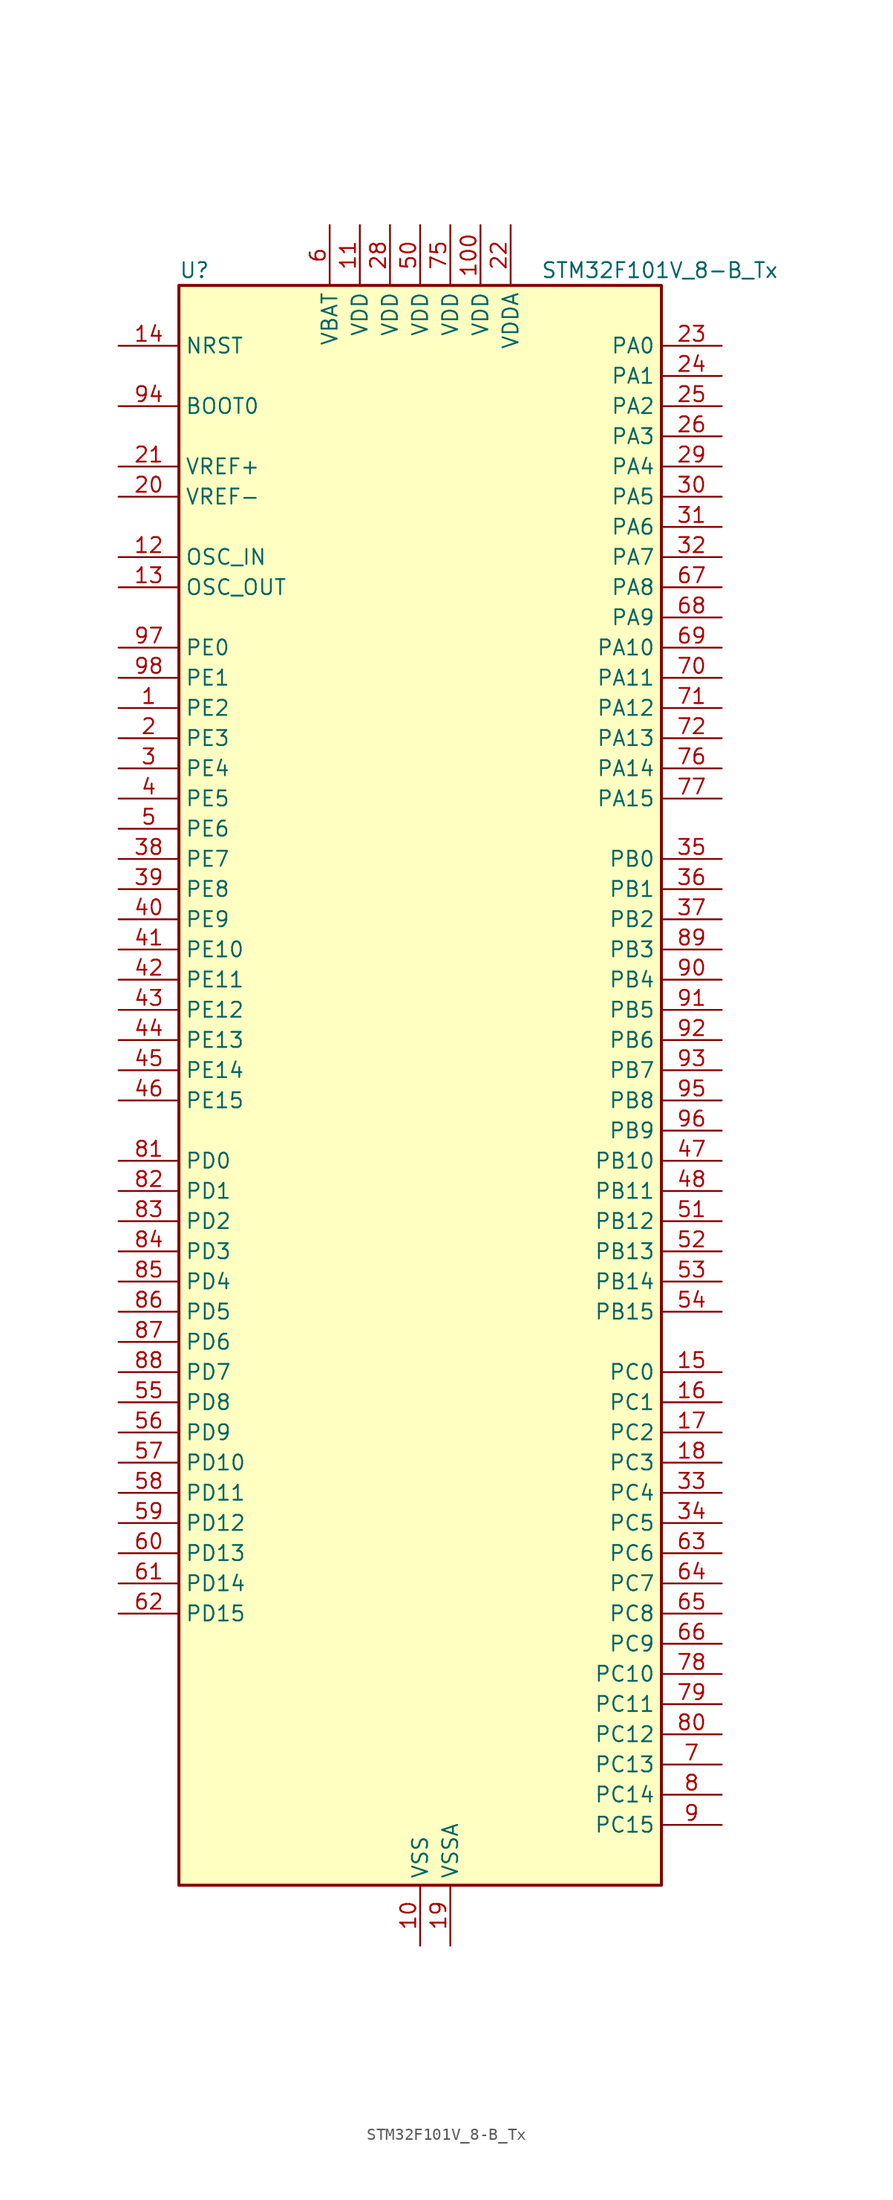
<source format=kicad_sym>
(kicad_symbol_lib
  (version 20241209)
  (generator "kicad_symbol_editor")
  (generator_version "9.0")
  (symbol "STM32F101V_8-B_Tx"
    (property "Reference" "U"
      (at -20.32 69.85 0)
      (effects (font (size 1.27 1.27)) (justify left)))
    (property "Value" "STM32F101V_8-B_Tx"
      (at 10.16 69.85 0)
      (effects (font (size 1.27 1.27)) (justify left)))
    (symbol "STM32F101V_8-B_Tx_0_1"
      (rectangle (start -20.32 -66.04) (end 20.32 68.58) (stroke (width 0.254) (type default)) (fill (type background))))
    (symbol "STM32F101V_8-B_Tx_1_1"
      (pin input line (at -25.4 63.5 0) (length 5.08) (name "NRST" (effects (font (size 1.27 1.27)))) (number "14" (effects (font (size 1.27 1.27)))))
      (pin input line (at -25.4 58.42 0) (length 5.08) (name "BOOT0" (effects (font (size 1.27 1.27)))) (number "94" (effects (font (size 1.27 1.27)))))
      (pin input line (at -25.4 53.34 0) (length 5.08) (name "VREF+" (effects (font (size 1.27 1.27)))) (number "21" (effects (font (size 1.27 1.27)))))
      (pin input line (at -25.4 50.8 0) (length 5.08) (name "VREF-" (effects (font (size 1.27 1.27)))) (number "20" (effects (font (size 1.27 1.27)))))
      (pin input line (at -25.4 45.72 0) (length 5.08) (name "OSC_IN" (effects (font (size 1.27 1.27)))) (number "12" (effects (font (size 1.27 1.27)))) (alternate "RCC_OSC_IN" bidirectional line))
      (pin input line (at -25.4 43.18 0) (length 5.08) (name "OSC_OUT" (effects (font (size 1.27 1.27)))) (number "13" (effects (font (size 1.27 1.27)))) (alternate "RCC_OSC_OUT" bidirectional line))
      (pin bidirectional line (at -25.4 38.1 0) (length 5.08) (name "PE0" (effects (font (size 1.27 1.27)))) (number "97" (effects (font (size 1.27 1.27)))) (alternate "TIM4_ETR" bidirectional line))
      (pin bidirectional line (at -25.4 35.56 0) (length 5.08) (name "PE1" (effects (font (size 1.27 1.27)))) (number "98" (effects (font (size 1.27 1.27)))))
      (pin bidirectional line (at -25.4 33.02 0) (length 5.08) (name "PE2" (effects (font (size 1.27 1.27)))) (number "1" (effects (font (size 1.27 1.27)))) (alternate "SYS_TRACECLK" bidirectional line))
      (pin bidirectional line (at -25.4 30.48 0) (length 5.08) (name "PE3" (effects (font (size 1.27 1.27)))) (number "2" (effects (font (size 1.27 1.27)))) (alternate "SYS_TRACED0" bidirectional line))
      (pin bidirectional line (at -25.4 27.94 0) (length 5.08) (name "PE4" (effects (font (size 1.27 1.27)))) (number "3" (effects (font (size 1.27 1.27)))) (alternate "SYS_TRACED1" bidirectional line))
      (pin bidirectional line (at -25.4 25.4 0) (length 5.08) (name "PE5" (effects (font (size 1.27 1.27)))) (number "4" (effects (font (size 1.27 1.27)))) (alternate "SYS_TRACED2" bidirectional line))
      (pin bidirectional line (at -25.4 22.86 0) (length 5.08) (name "PE6" (effects (font (size 1.27 1.27)))) (number "5" (effects (font (size 1.27 1.27)))) (alternate "SYS_TRACED3" bidirectional line))
      (pin bidirectional line (at -25.4 20.32 0) (length 5.08) (name "PE7" (effects (font (size 1.27 1.27)))) (number "38" (effects (font (size 1.27 1.27)))))
      (pin bidirectional line (at -25.4 17.78 0) (length 5.08) (name "PE8" (effects (font (size 1.27 1.27)))) (number "39" (effects (font (size 1.27 1.27)))))
      (pin bidirectional line (at -25.4 15.24 0) (length 5.08) (name "PE9" (effects (font (size 1.27 1.27)))) (number "40" (effects (font (size 1.27 1.27)))))
      (pin bidirectional line (at -25.4 12.7 0) (length 5.08) (name "PE10" (effects (font (size 1.27 1.27)))) (number "41" (effects (font (size 1.27 1.27)))))
      (pin bidirectional line (at -25.4 10.16 0) (length 5.08) (name "PE11" (effects (font (size 1.27 1.27)))) (number "42" (effects (font (size 1.27 1.27)))) (alternate "ADC1_EXTI11" bidirectional line))
      (pin bidirectional line (at -25.4 7.62 0) (length 5.08) (name "PE12" (effects (font (size 1.27 1.27)))) (number "43" (effects (font (size 1.27 1.27)))))
      (pin bidirectional line (at -25.4 5.08 0) (length 5.08) (name "PE13" (effects (font (size 1.27 1.27)))) (number "44" (effects (font (size 1.27 1.27)))))
      (pin bidirectional line (at -25.4 2.54 0) (length 5.08) (name "PE14" (effects (font (size 1.27 1.27)))) (number "45" (effects (font (size 1.27 1.27)))))
      (pin bidirectional line (at -25.4 0 0) (length 5.08) (name "PE15" (effects (font (size 1.27 1.27)))) (number "46" (effects (font (size 1.27 1.27)))) (alternate "ADC1_EXTI15" bidirectional line))
      (pin bidirectional line (at -25.4 -5.08 0) (length 5.08) (name "PD0" (effects (font (size 1.27 1.27)))) (number "81" (effects (font (size 1.27 1.27)))))
      (pin bidirectional line (at -25.4 -7.62 0) (length 5.08) (name "PD1" (effects (font (size 1.27 1.27)))) (number "82" (effects (font (size 1.27 1.27)))))
      (pin bidirectional line (at -25.4 -10.16 0) (length 5.08) (name "PD2" (effects (font (size 1.27 1.27)))) (number "83" (effects (font (size 1.27 1.27)))) (alternate "TIM3_ETR" bidirectional line))
      (pin bidirectional line (at -25.4 -12.7 0) (length 5.08) (name "PD3" (effects (font (size 1.27 1.27)))) (number "84" (effects (font (size 1.27 1.27)))) (alternate "USART2_CTS" bidirectional line))
      (pin bidirectional line (at -25.4 -15.24 0) (length 5.08) (name "PD4" (effects (font (size 1.27 1.27)))) (number "85" (effects (font (size 1.27 1.27)))) (alternate "USART2_RTS" bidirectional line))
      (pin bidirectional line (at -25.4 -17.78 0) (length 5.08) (name "PD5" (effects (font (size 1.27 1.27)))) (number "86" (effects (font (size 1.27 1.27)))) (alternate "USART2_TX" bidirectional line))
      (pin bidirectional line (at -25.4 -20.32 0) (length 5.08) (name "PD6" (effects (font (size 1.27 1.27)))) (number "87" (effects (font (size 1.27 1.27)))) (alternate "USART2_RX" bidirectional line))
      (pin bidirectional line (at -25.4 -22.86 0) (length 5.08) (name "PD7" (effects (font (size 1.27 1.27)))) (number "88" (effects (font (size 1.27 1.27)))) (alternate "USART2_CK" bidirectional line))
      (pin bidirectional line (at -25.4 -25.4 0) (length 5.08) (name "PD8" (effects (font (size 1.27 1.27)))) (number "55" (effects (font (size 1.27 1.27)))) (alternate "USART3_TX" bidirectional line))
      (pin bidirectional line (at -25.4 -27.94 0) (length 5.08) (name "PD9" (effects (font (size 1.27 1.27)))) (number "56" (effects (font (size 1.27 1.27)))) (alternate "USART3_RX" bidirectional line))
      (pin bidirectional line (at -25.4 -30.48 0) (length 5.08) (name "PD10" (effects (font (size 1.27 1.27)))) (number "57" (effects (font (size 1.27 1.27)))) (alternate "USART3_CK" bidirectional line))
      (pin bidirectional line (at -25.4 -33.02 0) (length 5.08) (name "PD11" (effects (font (size 1.27 1.27)))) (number "58" (effects (font (size 1.27 1.27)))) (alternate "ADC1_EXTI11" bidirectional line) (alternate "USART3_CTS" bidirectional line))
      (pin bidirectional line (at -25.4 -35.56 0) (length 5.08) (name "PD12" (effects (font (size 1.27 1.27)))) (number "59" (effects (font (size 1.27 1.27)))) (alternate "TIM4_CH1" bidirectional line) (alternate "USART3_RTS" bidirectional line))
      (pin bidirectional line (at -25.4 -38.1 0) (length 5.08) (name "PD13" (effects (font (size 1.27 1.27)))) (number "60" (effects (font (size 1.27 1.27)))) (alternate "TIM4_CH2" bidirectional line))
      (pin bidirectional line (at -25.4 -40.64 0) (length 5.08) (name "PD14" (effects (font (size 1.27 1.27)))) (number "61" (effects (font (size 1.27 1.27)))) (alternate "TIM4_CH3" bidirectional line))
      (pin bidirectional line (at -25.4 -43.18 0) (length 5.08) (name "PD15" (effects (font (size 1.27 1.27)))) (number "62" (effects (font (size 1.27 1.27)))) (alternate "ADC1_EXTI15" bidirectional line) (alternate "TIM4_CH4" bidirectional line))
      (pin no_connect line (at -20.32 -66.04 0) (length 5.08) (hide yes) (name "NC" (effects (font (size 1.27 1.27)))) (number "73" (effects (font (size 1.27 1.27)))))
      (pin power_in line (at -7.62 73.66 270) (length 5.08) (name "VBAT" (effects (font (size 1.27 1.27)))) (number "6" (effects (font (size 1.27 1.27)))))
      (pin power_in line (at -5.08 73.66 270) (length 5.08) (name "VDD" (effects (font (size 1.27 1.27)))) (number "11" (effects (font (size 1.27 1.27)))))
      (pin power_in line (at -2.54 73.66 270) (length 5.08) (name "VDD" (effects (font (size 1.27 1.27)))) (number "28" (effects (font (size 1.27 1.27)))))
      (pin power_in line (at 0 73.66 270) (length 5.08) (name "VDD" (effects (font (size 1.27 1.27)))) (number "50" (effects (font (size 1.27 1.27)))))
      (pin power_in line (at 0 -71.12 90) (length 5.08) (name "VSS" (effects (font (size 1.27 1.27)))) (number "10" (effects (font (size 1.27 1.27)))))
      (pin passive line (at 0 -71.12 90) (length 5.08) (hide yes) (name "VSS" (effects (font (size 1.27 1.27)))) (number "27" (effects (font (size 1.27 1.27)))))
      (pin passive line (at 0 -71.12 90) (length 5.08) (hide yes) (name "VSS" (effects (font (size 1.27 1.27)))) (number "49" (effects (font (size 1.27 1.27)))))
      (pin passive line (at 0 -71.12 90) (length 5.08) (hide yes) (name "VSS" (effects (font (size 1.27 1.27)))) (number "74" (effects (font (size 1.27 1.27)))))
      (pin passive line (at 0 -71.12 90) (length 5.08) (hide yes) (name "VSS" (effects (font (size 1.27 1.27)))) (number "99" (effects (font (size 1.27 1.27)))))
      (pin power_in line (at 2.54 73.66 270) (length 5.08) (name "VDD" (effects (font (size 1.27 1.27)))) (number "75" (effects (font (size 1.27 1.27)))))
      (pin power_in line (at 2.54 -71.12 90) (length 5.08) (name "VSSA" (effects (font (size 1.27 1.27)))) (number "19" (effects (font (size 1.27 1.27)))))
      (pin power_in line (at 5.08 73.66 270) (length 5.08) (name "VDD" (effects (font (size 1.27 1.27)))) (number "100" (effects (font (size 1.27 1.27)))))
      (pin power_in line (at 7.62 73.66 270) (length 5.08) (name "VDDA" (effects (font (size 1.27 1.27)))) (number "22" (effects (font (size 1.27 1.27)))))
      (pin bidirectional line (at 25.4 63.5 180) (length 5.08) (name "PA0" (effects (font (size 1.27 1.27)))) (number "23" (effects (font (size 1.27 1.27)))) (alternate "ADC1_IN0" bidirectional line) (alternate "SYS_WKUP" bidirectional line) (alternate "TIM2_CH1" bidirectional line) (alternate "TIM2_ETR" bidirectional line) (alternate "USART2_CTS" bidirectional line))
      (pin bidirectional line (at 25.4 60.96 180) (length 5.08) (name "PA1" (effects (font (size 1.27 1.27)))) (number "24" (effects (font (size 1.27 1.27)))) (alternate "ADC1_IN1" bidirectional line) (alternate "TIM2_CH2" bidirectional line) (alternate "USART2_RTS" bidirectional line))
      (pin bidirectional line (at 25.4 58.42 180) (length 5.08) (name "PA2" (effects (font (size 1.27 1.27)))) (number "25" (effects (font (size 1.27 1.27)))) (alternate "ADC1_IN2" bidirectional line) (alternate "TIM2_CH3" bidirectional line) (alternate "USART2_TX" bidirectional line))
      (pin bidirectional line (at 25.4 55.88 180) (length 5.08) (name "PA3" (effects (font (size 1.27 1.27)))) (number "26" (effects (font (size 1.27 1.27)))) (alternate "ADC1_IN3" bidirectional line) (alternate "TIM2_CH4" bidirectional line) (alternate "USART2_RX" bidirectional line))
      (pin bidirectional line (at 25.4 53.34 180) (length 5.08) (name "PA4" (effects (font (size 1.27 1.27)))) (number "29" (effects (font (size 1.27 1.27)))) (alternate "ADC1_IN4" bidirectional line) (alternate "SPI1_NSS" bidirectional line) (alternate "USART2_CK" bidirectional line))
      (pin bidirectional line (at 25.4 50.8 180) (length 5.08) (name "PA5" (effects (font (size 1.27 1.27)))) (number "30" (effects (font (size 1.27 1.27)))) (alternate "ADC1_IN5" bidirectional line) (alternate "SPI1_SCK" bidirectional line))
      (pin bidirectional line (at 25.4 48.26 180) (length 5.08) (name "PA6" (effects (font (size 1.27 1.27)))) (number "31" (effects (font (size 1.27 1.27)))) (alternate "ADC1_IN6" bidirectional line) (alternate "SPI1_MISO" bidirectional line) (alternate "TIM3_CH1" bidirectional line))
      (pin bidirectional line (at 25.4 45.72 180) (length 5.08) (name "PA7" (effects (font (size 1.27 1.27)))) (number "32" (effects (font (size 1.27 1.27)))) (alternate "ADC1_IN7" bidirectional line) (alternate "SPI1_MOSI" bidirectional line) (alternate "TIM3_CH2" bidirectional line))
      (pin bidirectional line (at 25.4 43.18 180) (length 5.08) (name "PA8" (effects (font (size 1.27 1.27)))) (number "67" (effects (font (size 1.27 1.27)))) (alternate "RCC_MCO" bidirectional line) (alternate "USART1_CK" bidirectional line))
      (pin bidirectional line (at 25.4 40.64 180) (length 5.08) (name "PA9" (effects (font (size 1.27 1.27)))) (number "68" (effects (font (size 1.27 1.27)))) (alternate "USART1_TX" bidirectional line))
      (pin bidirectional line (at 25.4 38.1 180) (length 5.08) (name "PA10" (effects (font (size 1.27 1.27)))) (number "69" (effects (font (size 1.27 1.27)))) (alternate "USART1_RX" bidirectional line))
      (pin bidirectional line (at 25.4 35.56 180) (length 5.08) (name "PA11" (effects (font (size 1.27 1.27)))) (number "70" (effects (font (size 1.27 1.27)))) (alternate "ADC1_EXTI11" bidirectional line) (alternate "USART1_CTS" bidirectional line))
      (pin bidirectional line (at 25.4 33.02 180) (length 5.08) (name "PA12" (effects (font (size 1.27 1.27)))) (number "71" (effects (font (size 1.27 1.27)))) (alternate "USART1_RTS" bidirectional line))
      (pin bidirectional line (at 25.4 30.48 180) (length 5.08) (name "PA13" (effects (font (size 1.27 1.27)))) (number "72" (effects (font (size 1.27 1.27)))) (alternate "SYS_JTMS-SWDIO" bidirectional line))
      (pin bidirectional line (at 25.4 27.94 180) (length 5.08) (name "PA14" (effects (font (size 1.27 1.27)))) (number "76" (effects (font (size 1.27 1.27)))) (alternate "SYS_JTCK-SWCLK" bidirectional line))
      (pin bidirectional line (at 25.4 25.4 180) (length 5.08) (name "PA15" (effects (font (size 1.27 1.27)))) (number "77" (effects (font (size 1.27 1.27)))) (alternate "ADC1_EXTI15" bidirectional line) (alternate "SPI1_NSS" bidirectional line) (alternate "SYS_JTDI" bidirectional line) (alternate "TIM2_CH1" bidirectional line) (alternate "TIM2_ETR" bidirectional line))
      (pin bidirectional line (at 25.4 20.32 180) (length 5.08) (name "PB0" (effects (font (size 1.27 1.27)))) (number "35" (effects (font (size 1.27 1.27)))) (alternate "ADC1_IN8" bidirectional line) (alternate "TIM3_CH3" bidirectional line))
      (pin bidirectional line (at 25.4 17.78 180) (length 5.08) (name "PB1" (effects (font (size 1.27 1.27)))) (number "36" (effects (font (size 1.27 1.27)))) (alternate "ADC1_IN9" bidirectional line) (alternate "TIM3_CH4" bidirectional line))
      (pin bidirectional line (at 25.4 15.24 180) (length 5.08) (name "PB2" (effects (font (size 1.27 1.27)))) (number "37" (effects (font (size 1.27 1.27)))))
      (pin bidirectional line (at 25.4 12.7 180) (length 5.08) (name "PB3" (effects (font (size 1.27 1.27)))) (number "89" (effects (font (size 1.27 1.27)))) (alternate "SPI1_SCK" bidirectional line) (alternate "SYS_JTDO-TRACESWO" bidirectional line) (alternate "TIM2_CH2" bidirectional line))
      (pin bidirectional line (at 25.4 10.16 180) (length 5.08) (name "PB4" (effects (font (size 1.27 1.27)))) (number "90" (effects (font (size 1.27 1.27)))) (alternate "SPI1_MISO" bidirectional line) (alternate "SYS_NJTRST" bidirectional line) (alternate "TIM3_CH1" bidirectional line))
      (pin bidirectional line (at 25.4 7.62 180) (length 5.08) (name "PB5" (effects (font (size 1.27 1.27)))) (number "91" (effects (font (size 1.27 1.27)))) (alternate "I2C1_SMBA" bidirectional line) (alternate "SPI1_MOSI" bidirectional line) (alternate "TIM3_CH2" bidirectional line))
      (pin bidirectional line (at 25.4 5.08 180) (length 5.08) (name "PB6" (effects (font (size 1.27 1.27)))) (number "92" (effects (font (size 1.27 1.27)))) (alternate "I2C1_SCL" bidirectional line) (alternate "TIM4_CH1" bidirectional line) (alternate "USART1_TX" bidirectional line))
      (pin bidirectional line (at 25.4 2.54 180) (length 5.08) (name "PB7" (effects (font (size 1.27 1.27)))) (number "93" (effects (font (size 1.27 1.27)))) (alternate "I2C1_SDA" bidirectional line) (alternate "TIM4_CH2" bidirectional line) (alternate "USART1_RX" bidirectional line))
      (pin bidirectional line (at 25.4 0 180) (length 5.08) (name "PB8" (effects (font (size 1.27 1.27)))) (number "95" (effects (font (size 1.27 1.27)))) (alternate "I2C1_SCL" bidirectional line) (alternate "TIM4_CH3" bidirectional line))
      (pin bidirectional line (at 25.4 -2.54 180) (length 5.08) (name "PB9" (effects (font (size 1.27 1.27)))) (number "96" (effects (font (size 1.27 1.27)))) (alternate "I2C1_SDA" bidirectional line) (alternate "TIM4_CH4" bidirectional line))
      (pin bidirectional line (at 25.4 -5.08 180) (length 5.08) (name "PB10" (effects (font (size 1.27 1.27)))) (number "47" (effects (font (size 1.27 1.27)))) (alternate "I2C2_SCL" bidirectional line) (alternate "TIM2_CH3" bidirectional line) (alternate "USART3_TX" bidirectional line))
      (pin bidirectional line (at 25.4 -7.62 180) (length 5.08) (name "PB11" (effects (font (size 1.27 1.27)))) (number "48" (effects (font (size 1.27 1.27)))) (alternate "ADC1_EXTI11" bidirectional line) (alternate "I2C2_SDA" bidirectional line) (alternate "TIM2_CH4" bidirectional line) (alternate "USART3_RX" bidirectional line))
      (pin bidirectional line (at 25.4 -10.16 180) (length 5.08) (name "PB12" (effects (font (size 1.27 1.27)))) (number "51" (effects (font (size 1.27 1.27)))) (alternate "I2C2_SMBA" bidirectional line) (alternate "SPI2_NSS" bidirectional line) (alternate "USART3_CK" bidirectional line))
      (pin bidirectional line (at 25.4 -12.7 180) (length 5.08) (name "PB13" (effects (font (size 1.27 1.27)))) (number "52" (effects (font (size 1.27 1.27)))) (alternate "SPI2_SCK" bidirectional line) (alternate "USART3_CTS" bidirectional line))
      (pin bidirectional line (at 25.4 -15.24 180) (length 5.08) (name "PB14" (effects (font (size 1.27 1.27)))) (number "53" (effects (font (size 1.27 1.27)))) (alternate "SPI2_MISO" bidirectional line) (alternate "USART3_RTS" bidirectional line))
      (pin bidirectional line (at 25.4 -17.78 180) (length 5.08) (name "PB15" (effects (font (size 1.27 1.27)))) (number "54" (effects (font (size 1.27 1.27)))) (alternate "ADC1_EXTI15" bidirectional line) (alternate "SPI2_MOSI" bidirectional line))
      (pin bidirectional line (at 25.4 -22.86 180) (length 5.08) (name "PC0" (effects (font (size 1.27 1.27)))) (number "15" (effects (font (size 1.27 1.27)))) (alternate "ADC1_IN10" bidirectional line))
      (pin bidirectional line (at 25.4 -25.4 180) (length 5.08) (name "PC1" (effects (font (size 1.27 1.27)))) (number "16" (effects (font (size 1.27 1.27)))) (alternate "ADC1_IN11" bidirectional line))
      (pin bidirectional line (at 25.4 -27.94 180) (length 5.08) (name "PC2" (effects (font (size 1.27 1.27)))) (number "17" (effects (font (size 1.27 1.27)))) (alternate "ADC1_IN12" bidirectional line))
      (pin bidirectional line (at 25.4 -30.48 180) (length 5.08) (name "PC3" (effects (font (size 1.27 1.27)))) (number "18" (effects (font (size 1.27 1.27)))) (alternate "ADC1_IN13" bidirectional line))
      (pin bidirectional line (at 25.4 -33.02 180) (length 5.08) (name "PC4" (effects (font (size 1.27 1.27)))) (number "33" (effects (font (size 1.27 1.27)))) (alternate "ADC1_IN14" bidirectional line))
      (pin bidirectional line (at 25.4 -35.56 180) (length 5.08) (name "PC5" (effects (font (size 1.27 1.27)))) (number "34" (effects (font (size 1.27 1.27)))) (alternate "ADC1_IN15" bidirectional line))
      (pin bidirectional line (at 25.4 -38.1 180) (length 5.08) (name "PC6" (effects (font (size 1.27 1.27)))) (number "63" (effects (font (size 1.27 1.27)))) (alternate "TIM3_CH1" bidirectional line))
      (pin bidirectional line (at 25.4 -40.64 180) (length 5.08) (name "PC7" (effects (font (size 1.27 1.27)))) (number "64" (effects (font (size 1.27 1.27)))) (alternate "TIM3_CH2" bidirectional line))
      (pin bidirectional line (at 25.4 -43.18 180) (length 5.08) (name "PC8" (effects (font (size 1.27 1.27)))) (number "65" (effects (font (size 1.27 1.27)))) (alternate "TIM3_CH3" bidirectional line))
      (pin bidirectional line (at 25.4 -45.72 180) (length 5.08) (name "PC9" (effects (font (size 1.27 1.27)))) (number "66" (effects (font (size 1.27 1.27)))) (alternate "TIM3_CH4" bidirectional line))
      (pin bidirectional line (at 25.4 -48.26 180) (length 5.08) (name "PC10" (effects (font (size 1.27 1.27)))) (number "78" (effects (font (size 1.27 1.27)))) (alternate "USART3_TX" bidirectional line))
      (pin bidirectional line (at 25.4 -50.8 180) (length 5.08) (name "PC11" (effects (font (size 1.27 1.27)))) (number "79" (effects (font (size 1.27 1.27)))) (alternate "ADC1_EXTI11" bidirectional line) (alternate "USART3_RX" bidirectional line))
      (pin bidirectional line (at 25.4 -53.34 180) (length 5.08) (name "PC12" (effects (font (size 1.27 1.27)))) (number "80" (effects (font (size 1.27 1.27)))) (alternate "USART3_CK" bidirectional line))
      (pin bidirectional line (at 25.4 -55.88 180) (length 5.08) (name "PC13" (effects (font (size 1.27 1.27)))) (number "7" (effects (font (size 1.27 1.27)))) (alternate "RTC_OUT" bidirectional line) (alternate "RTC_TAMPER" bidirectional line))
      (pin bidirectional line (at 25.4 -58.42 180) (length 5.08) (name "PC14" (effects (font (size 1.27 1.27)))) (number "8" (effects (font (size 1.27 1.27)))) (alternate "RCC_OSC32_IN" bidirectional line))
      (pin bidirectional line (at 25.4 -60.96 180) (length 5.08) (name "PC15" (effects (font (size 1.27 1.27)))) (number "9" (effects (font (size 1.27 1.27)))) (alternate "ADC1_EXTI15" bidirectional line) (alternate "RCC_OSC32_OUT" bidirectional line)))))
</source>
